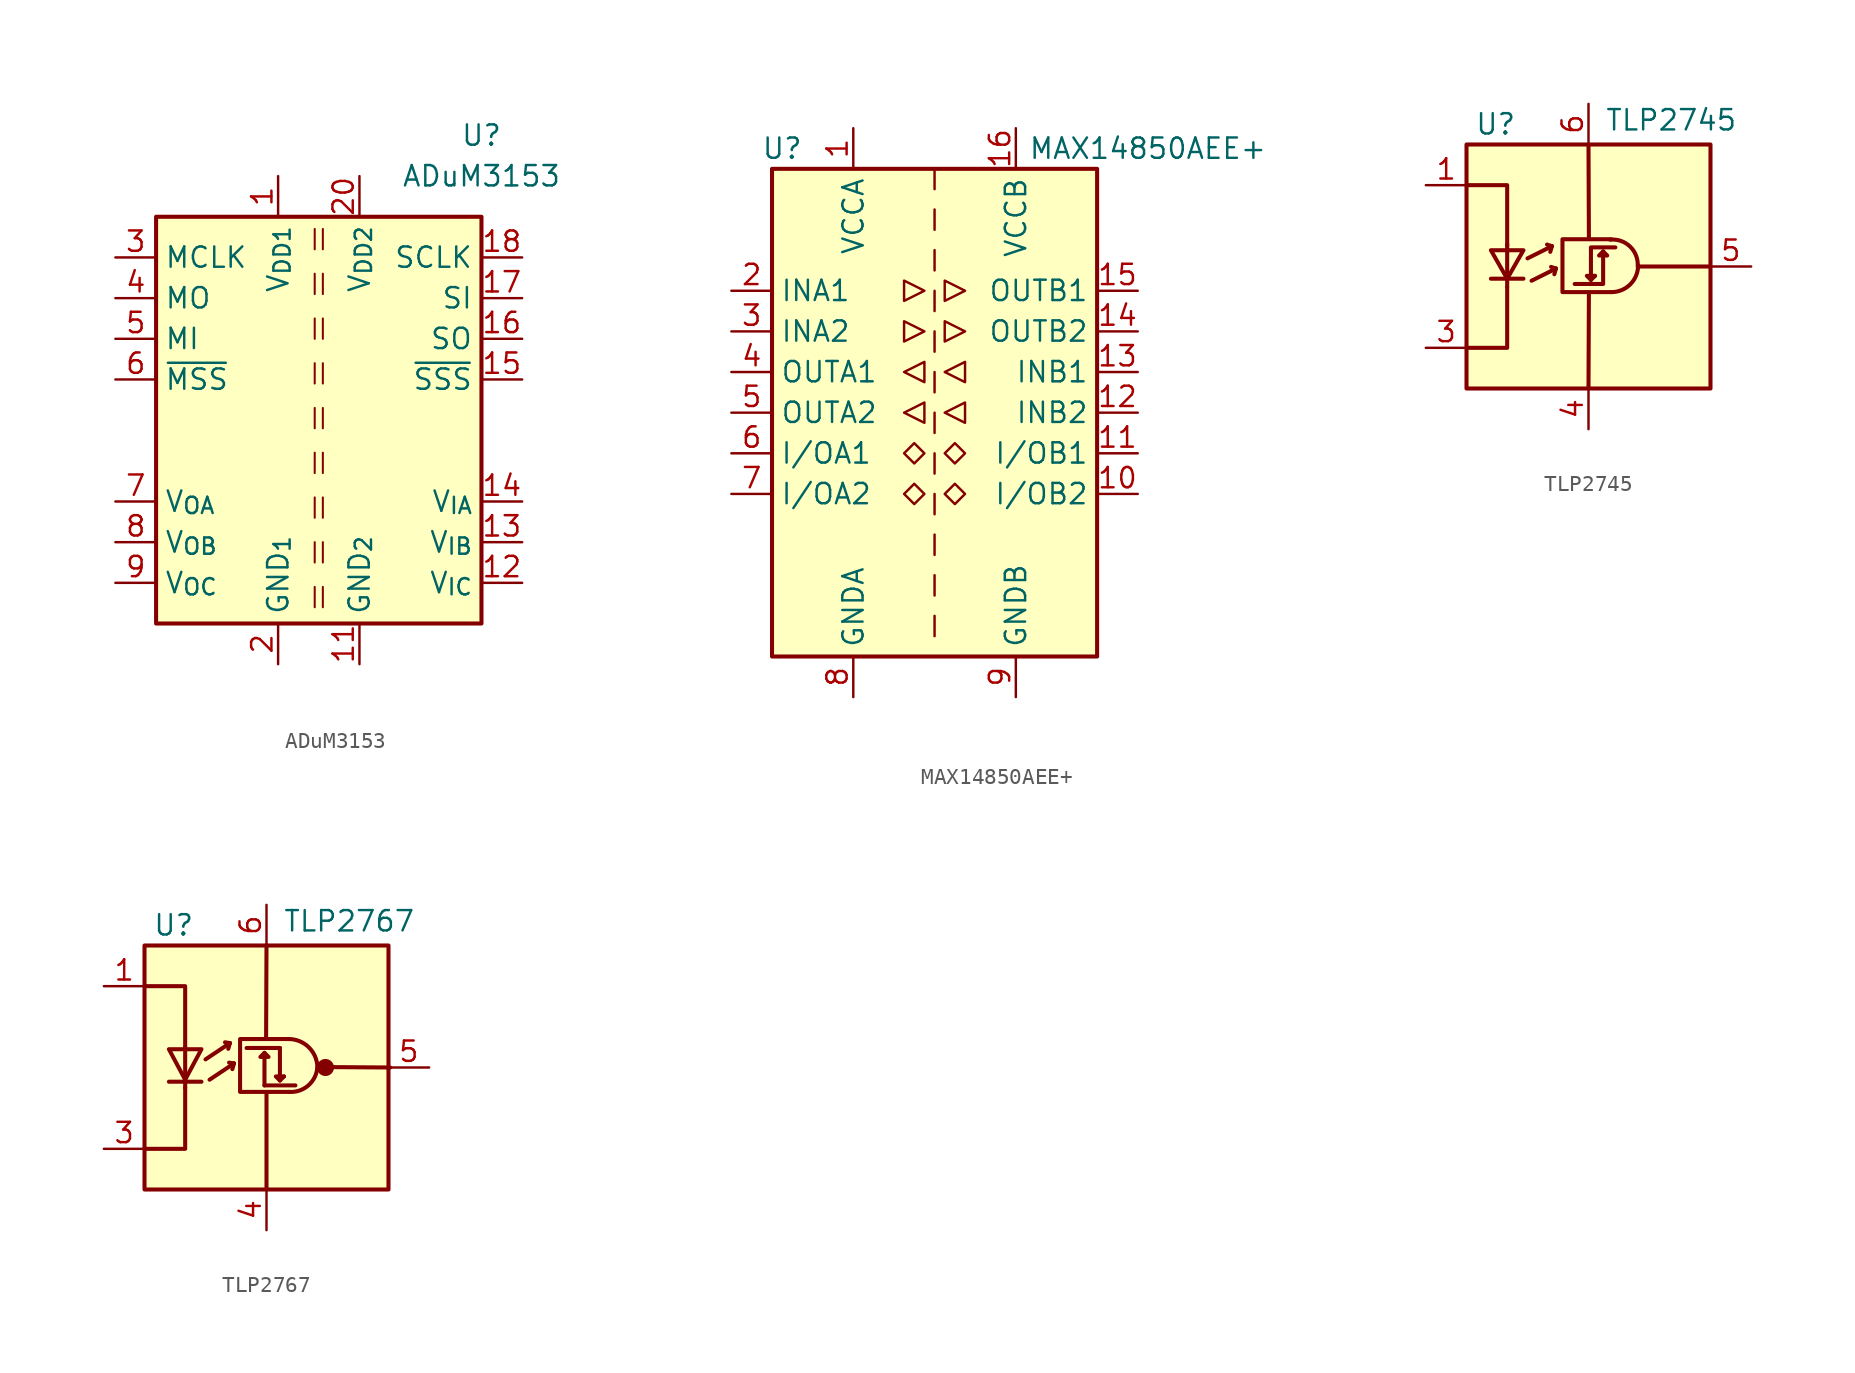
<source format=kicad_sym>
(kicad_symbol_lib
  (version 20211014)
  (generator kicad_symbol_editor)
  (symbol "ADuM3153"
    (property "Reference" "U"
      (at 10.16 17.78 0)
      (effects (font (size 1.27 1.27))))
    (property "Value" "ADuM3153"
      (at 10.16 15.24 0)
      (effects (font (size 1.27 1.27))))
    (symbol "ADuM3153_0_0"
      (rectangle (start -10.16 12.7) (end 10.16 -12.7) (stroke (width 0.254) (type default) (color 0 0 0 0)) (fill (type background))))
    (symbol "ADuM3153_1_1"
      (polyline (pts (xy -0.254 -10.414) (xy -0.254 -11.684)) (stroke (width 0.127) (type default) (color 0 0 0 0)) (fill (type none)))
      (polyline (pts (xy -0.254 -7.62) (xy -0.254 -8.89)) (stroke (width 0.127) (type default) (color 0 0 0 0)) (fill (type none)))
      (polyline (pts (xy -0.254 -4.826) (xy -0.254 -6.096)) (stroke (width 0.127) (type default) (color 0 0 0 0)) (fill (type none)))
      (polyline (pts (xy -0.254 -2.032) (xy -0.254 -3.302)) (stroke (width 0.127) (type default) (color 0 0 0 0)) (fill (type none)))
      (polyline (pts (xy -0.254 0.762) (xy -0.254 -0.508)) (stroke (width 0.127) (type default) (color 0 0 0 0)) (fill (type none)))
      (polyline (pts (xy -0.254 3.556) (xy -0.254 2.286)) (stroke (width 0.127) (type default) (color 0 0 0 0)) (fill (type none)))
      (polyline (pts (xy -0.254 6.35) (xy -0.254 5.08)) (stroke (width 0.127) (type default) (color 0 0 0 0)) (fill (type none)))
      (polyline (pts (xy -0.254 9.144) (xy -0.254 7.874)) (stroke (width 0.127) (type default) (color 0 0 0 0)) (fill (type none)))
      (polyline (pts (xy -0.254 11.938) (xy -0.254 10.668)) (stroke (width 0.127) (type default) (color 0 0 0 0)) (fill (type none)))
      (polyline (pts (xy 0.254 -10.414) (xy 0.254 -11.684)) (stroke (width 0.127) (type default) (color 0 0 0 0)) (fill (type none)))
      (polyline (pts (xy 0.254 -7.62) (xy 0.254 -8.89)) (stroke (width 0.127) (type default) (color 0 0 0 0)) (fill (type none)))
      (polyline (pts (xy 0.254 -4.826) (xy 0.254 -6.096)) (stroke (width 0.127) (type default) (color 0 0 0 0)) (fill (type none)))
      (polyline (pts (xy 0.254 -2.032) (xy 0.254 -3.302)) (stroke (width 0.127) (type default) (color 0 0 0 0)) (fill (type none)))
      (polyline (pts (xy 0.254 0.762) (xy 0.254 -0.508)) (stroke (width 0.127) (type default) (color 0 0 0 0)) (fill (type none)))
      (polyline (pts (xy 0.254 3.556) (xy 0.254 2.286)) (stroke (width 0.127) (type default) (color 0 0 0 0)) (fill (type none)))
      (polyline (pts (xy 0.254 6.35) (xy 0.254 5.08)) (stroke (width 0.127) (type default) (color 0 0 0 0)) (fill (type none)))
      (polyline (pts (xy 0.254 9.144) (xy 0.254 7.874)) (stroke (width 0.127) (type default) (color 0 0 0 0)) (fill (type none)))
      (polyline (pts (xy 0.254 11.938) (xy 0.254 10.668)) (stroke (width 0.127) (type default) (color 0 0 0 0)) (fill (type none)))
      (pin power_in line (at -2.54 15.24 270) (length 2.54) (name "V_{DD1}" (effects (font (size 1.27 1.27)))) (number "1" (effects (font (size 1.27 1.27)))))
      (pin passive line (at -2.54 -15.24 90) (length 2.54) hide (name "GND_{1}" (effects (font (size 1.27 1.27)))) (number "10" (effects (font (size 1.27 1.27)))))
      (pin power_in line (at 2.54 -15.24 90) (length 2.54) (name "GND_{2}" (effects (font (size 1.27 1.27)))) (number "11" (effects (font (size 1.27 1.27)))))
      (pin input line (at 12.7 -10.16 180) (length 2.54) (name "V_{IC}" (effects (font (size 1.27 1.27)))) (number "12" (effects (font (size 1.27 1.27)))))
      (pin input line (at 12.7 -7.62 180) (length 2.54) (name "V_{IB}" (effects (font (size 1.27 1.27)))) (number "13" (effects (font (size 1.27 1.27)))))
      (pin input line (at 12.7 -5.08 180) (length 2.54) (name "V_{IA}" (effects (font (size 1.27 1.27)))) (number "14" (effects (font (size 1.27 1.27)))))
      (pin output line (at 12.7 2.54 180) (length 2.54) (name "~{SSS}" (effects (font (size 1.27 1.27)))) (number "15" (effects (font (size 1.27 1.27)))))
      (pin input line (at 12.7 5.08 180) (length 2.54) (name "SO" (effects (font (size 1.27 1.27)))) (number "16" (effects (font (size 1.27 1.27)))))
      (pin output line (at 12.7 7.62 180) (length 2.54) (name "SI" (effects (font (size 1.27 1.27)))) (number "17" (effects (font (size 1.27 1.27)))))
      (pin output line (at 12.7 10.16 180) (length 2.54) (name "SCLK" (effects (font (size 1.27 1.27)))) (number "18" (effects (font (size 1.27 1.27)))))
      (pin passive line (at 2.54 -15.24 90) (length 2.54) hide (name "GND_{2}" (effects (font (size 1.27 1.27)))) (number "19" (effects (font (size 1.27 1.27)))))
      (pin power_in line (at -2.54 -15.24 90) (length 2.54) (name "GND_{1}" (effects (font (size 1.27 1.27)))) (number "2" (effects (font (size 1.27 1.27)))))
      (pin power_in line (at 2.54 15.24 270) (length 2.54) (name "V_{DD2}" (effects (font (size 1.27 1.27)))) (number "20" (effects (font (size 1.27 1.27)))))
      (pin input line (at -12.7 10.16 0) (length 2.54) (name "MCLK" (effects (font (size 1.27 1.27)))) (number "3" (effects (font (size 1.27 1.27)))))
      (pin input line (at -12.7 7.62 0) (length 2.54) (name "MO" (effects (font (size 1.27 1.27)))) (number "4" (effects (font (size 1.27 1.27)))))
      (pin output line (at -12.7 5.08 0) (length 2.54) (name "MI" (effects (font (size 1.27 1.27)))) (number "5" (effects (font (size 1.27 1.27)))))
      (pin input line (at -12.7 2.54 0) (length 2.54) (name "~{MSS}" (effects (font (size 1.27 1.27)))) (number "6" (effects (font (size 1.27 1.27)))))
      (pin output line (at -12.7 -5.08 0) (length 2.54) (name "V_{OA}" (effects (font (size 1.27 1.27)))) (number "7" (effects (font (size 1.27 1.27)))))
      (pin output line (at -12.7 -7.62 0) (length 2.54) (name "V_{OB}" (effects (font (size 1.27 1.27)))) (number "8" (effects (font (size 1.27 1.27)))))
      (pin output line (at -12.7 -10.16 0) (length 2.54) (name "V_{OC}" (effects (font (size 1.27 1.27)))) (number "9" (effects (font (size 1.27 1.27)))))))
  (symbol "MAX14850AEE+"
    (property "Reference" "U"
      (at -9.525 16.51 0)
      (effects (font (size 1.27 1.27))))
    (property "Value" "MAX14850AEE+"
      (at 13.335 16.51 0)
      (effects (font (size 1.27 1.27))))
    (symbol "MAX14850AEE+_0_1"
      (rectangle (start -10.16 15.24) (end 10.16 -15.24) (stroke (width 0.254) (type default) (color 0 0 0 0)) (fill (type background)))
      (polyline (pts (xy 0 -12.7) (xy 0 -13.97)) (stroke (width 0) (type default) (color 0 0 0 0)) (fill (type none)))
      (polyline (pts (xy 0 -10.16) (xy 0 -11.43)) (stroke (width 0) (type default) (color 0 0 0 0)) (fill (type none)))
      (polyline (pts (xy 0 -7.62) (xy 0 -8.89)) (stroke (width 0) (type default) (color 0 0 0 0)) (fill (type none)))
      (polyline (pts (xy 0 -5.08) (xy 0 -6.35)) (stroke (width 0) (type default) (color 0 0 0 0)) (fill (type none)))
      (polyline (pts (xy 0 -2.54) (xy 0 -3.81)) (stroke (width 0) (type default) (color 0 0 0 0)) (fill (type none)))
      (polyline (pts (xy 0 0) (xy 0 -1.27)) (stroke (width 0) (type default) (color 0 0 0 0)) (fill (type none)))
      (polyline (pts (xy 0 2.54) (xy 0 1.27)) (stroke (width 0) (type default) (color 0 0 0 0)) (fill (type none)))
      (polyline (pts (xy 0 5.08) (xy 0 3.81)) (stroke (width 0) (type default) (color 0 0 0 0)) (fill (type none)))
      (polyline (pts (xy 0 7.62) (xy 0 6.35)) (stroke (width 0) (type default) (color 0 0 0 0)) (fill (type none)))
      (polyline (pts (xy 0 10.16) (xy 0 8.89)) (stroke (width 0) (type default) (color 0 0 0 0)) (fill (type none)))
      (polyline (pts (xy 0 12.7) (xy 0 11.43)) (stroke (width 0) (type default) (color 0 0 0 0)) (fill (type none)))
      (polyline (pts (xy 0 15.24) (xy 0 13.97)) (stroke (width 0) (type default) (color 0 0 0 0)) (fill (type none)))
      (polyline (pts (xy -1.905 5.715) (xy -1.905 4.445) (xy -0.635 5.08) (xy -1.905 5.715)) (stroke (width 0) (type default) (color 0 0 0 0)) (fill (type none)))
      (polyline (pts (xy -1.905 8.255) (xy -1.905 6.985) (xy -0.635 7.62) (xy -1.905 8.255)) (stroke (width 0) (type default) (color 0 0 0 0)) (fill (type none)))
      (polyline (pts (xy -0.635 -0.635) (xy -0.635 0.635) (xy -1.905 0) (xy -0.635 -0.635)) (stroke (width 0) (type default) (color 0 0 0 0)) (fill (type none)))
      (polyline (pts (xy -0.635 1.905) (xy -0.635 3.175) (xy -1.905 2.54) (xy -0.635 1.905)) (stroke (width 0) (type default) (color 0 0 0 0)) (fill (type none)))
      (polyline (pts (xy 0.635 5.715) (xy 0.635 4.445) (xy 1.905 5.08) (xy 0.635 5.715)) (stroke (width 0) (type default) (color 0 0 0 0)) (fill (type none)))
      (polyline (pts (xy 0.635 8.255) (xy 0.635 6.985) (xy 1.905 7.62) (xy 0.635 8.255)) (stroke (width 0) (type default) (color 0 0 0 0)) (fill (type none)))
      (polyline (pts (xy 1.905 -0.635) (xy 1.905 0.635) (xy 0.635 0) (xy 1.905 -0.635)) (stroke (width 0) (type default) (color 0 0 0 0)) (fill (type none)))
      (polyline (pts (xy 1.905 1.905) (xy 1.905 3.175) (xy 0.635 2.54) (xy 1.905 1.905)) (stroke (width 0) (type default) (color 0 0 0 0)) (fill (type none)))
      (polyline (pts (xy -1.27 -4.445) (xy -1.905 -5.08) (xy -1.27 -5.715) (xy -0.635 -5.08) (xy -1.27 -4.445)) (stroke (width 0) (type default) (color 0 0 0 0)) (fill (type none)))
      (polyline (pts (xy -1.27 -1.905) (xy -1.905 -2.54) (xy -1.27 -3.175) (xy -0.635 -2.54) (xy -1.27 -1.905)) (stroke (width 0) (type default) (color 0 0 0 0)) (fill (type none)))
      (polyline (pts (xy 1.27 -4.445) (xy 0.635 -5.08) (xy 1.27 -5.715) (xy 1.905 -5.08) (xy 1.27 -4.445)) (stroke (width 0) (type default) (color 0 0 0 0)) (fill (type none)))
      (polyline (pts (xy 1.27 -1.905) (xy 0.635 -2.54) (xy 1.27 -3.175) (xy 1.905 -2.54) (xy 1.27 -1.905)) (stroke (width 0) (type default) (color 0 0 0 0)) (fill (type none))))
    (symbol "MAX14850AEE+_1_1"
      (pin power_in line (at -5.08 17.78 270) (length 2.54) (name "VCCA" (effects (font (size 1.27 1.27)))) (number "1" (effects (font (size 1.27 1.27)))))
      (pin bidirectional line (at 12.7 -5.08 180) (length 2.54) (name "I/OB2" (effects (font (size 1.27 1.27)))) (number "10" (effects (font (size 1.27 1.27)))))
      (pin bidirectional line (at 12.7 -2.54 180) (length 2.54) (name "I/OB1" (effects (font (size 1.27 1.27)))) (number "11" (effects (font (size 1.27 1.27)))))
      (pin input line (at 12.7 0 180) (length 2.54) (name "INB2" (effects (font (size 1.27 1.27)))) (number "12" (effects (font (size 1.27 1.27)))))
      (pin input line (at 12.7 2.54 180) (length 2.54) (name "INB1" (effects (font (size 1.27 1.27)))) (number "13" (effects (font (size 1.27 1.27)))))
      (pin output line (at 12.7 5.08 180) (length 2.54) (name "OUTB2" (effects (font (size 1.27 1.27)))) (number "14" (effects (font (size 1.27 1.27)))))
      (pin output line (at 12.7 7.62 180) (length 2.54) (name "OUTB1" (effects (font (size 1.27 1.27)))) (number "15" (effects (font (size 1.27 1.27)))))
      (pin power_in line (at 5.08 17.78 270) (length 2.54) (name "VCCB" (effects (font (size 1.27 1.27)))) (number "16" (effects (font (size 1.27 1.27)))))
      (pin input line (at -12.7 7.62 0) (length 2.54) (name "INA1" (effects (font (size 1.27 1.27)))) (number "2" (effects (font (size 1.27 1.27)))))
      (pin input line (at -12.7 5.08 0) (length 2.54) (name "INA2" (effects (font (size 1.27 1.27)))) (number "3" (effects (font (size 1.27 1.27)))))
      (pin output line (at -12.7 2.54 0) (length 2.54) (name "OUTA1" (effects (font (size 1.27 1.27)))) (number "4" (effects (font (size 1.27 1.27)))))
      (pin output line (at -12.7 0 0) (length 2.54) (name "OUTA2" (effects (font (size 1.27 1.27)))) (number "5" (effects (font (size 1.27 1.27)))))
      (pin bidirectional line (at -12.7 -2.54 0) (length 2.54) (name "I/OA1" (effects (font (size 1.27 1.27)))) (number "6" (effects (font (size 1.27 1.27)))))
      (pin bidirectional line (at -12.7 -5.08 0) (length 2.54) (name "I/OA2" (effects (font (size 1.27 1.27)))) (number "7" (effects (font (size 1.27 1.27)))))
      (pin power_in line (at -5.08 -17.78 90) (length 2.54) (name "GNDA" (effects (font (size 1.27 1.27)))) (number "8" (effects (font (size 1.27 1.27)))))
      (pin power_in line (at 5.08 -17.78 90) (length 2.54) (name "GNDB" (effects (font (size 1.27 1.27)))) (number "9" (effects (font (size 1.27 1.27)))))))
  (symbol "TLP2745"
    (pin_names
      (offset 1.016) hide)
    (property "Reference" "U"
      (at -7.112 8.89 0)
      (effects (font (size 1.27 1.27)) (justify left)))
    (property "Value" "TLP2745"
      (at 1.016 9.144 0)
      (effects (font (size 1.27 1.27)) (justify left)))
    (symbol "TLP2745_0_1"
      (rectangle (start -7.62 7.62) (end 7.62 -7.62) (stroke (width 0.254) (type default) (color 0 0 0 0)) (fill (type background)))
      (polyline (pts (xy -6.096 -0.762) (xy -4.064 -0.762)) (stroke (width 0.254) (type default) (color 0 0 0 0)) (fill (type none)))
      (polyline (pts (xy -5.08 -0.762) (xy -5.08 -1.27)) (stroke (width 0.254) (type default) (color 0 0 0 0)) (fill (type none)))
      (polyline (pts (xy -5.08 1.016) (xy -5.08 -0.762)) (stroke (width 0.254) (type default) (color 0 0 0 0)) (fill (type none)))
      (polyline (pts (xy -5.08 1.016) (xy -5.08 1.397)) (stroke (width 0.254) (type default) (color 0 0 0 0)) (fill (type none)))
      (polyline (pts (xy -3.81 0.508) (xy -2.286 1.27)) (stroke (width 0.254) (type default) (color 0 0 0 0)) (fill (type none)))
      (polyline (pts (xy -3.556 -0.889) (xy -2.032 -0.127)) (stroke (width 0.254) (type default) (color 0 0 0 0)) (fill (type none)))
      (polyline (pts (xy -2.286 1.27) (xy -2.591 1.372)) (stroke (width 0.254) (type default) (color 0 0 0 0)) (fill (type none)))
      (polyline (pts (xy -2.286 1.27) (xy -2.388 0.914)) (stroke (width 0.254) (type default) (color 0 0 0 0)) (fill (type none)))
      (polyline (pts (xy -2.032 -0.127) (xy -2.337 -0.025)) (stroke (width 0.254) (type default) (color 0 0 0 0)) (fill (type none)))
      (polyline (pts (xy -2.032 -0.127) (xy -2.134 -0.483)) (stroke (width 0.254) (type default) (color 0 0 0 0)) (fill (type none)))
      (polyline (pts (xy 0 -7.62) (xy 0.025 -1.651)) (stroke (width 0.254) (type default) (color 0 0 0 0)) (fill (type none)))
      (polyline (pts (xy 0 7.595) (xy 0.025 1.778)) (stroke (width 0.254) (type default) (color 0 0 0 0)) (fill (type none)))
      (polyline (pts (xy 7.595 0) (xy 3.15 0)) (stroke (width 0.254) (type default) (color 0 0 0 0)) (fill (type none)))
      (polyline (pts (xy -7.62 -5.08) (xy -5.08 -5.08) (xy -5.08 -1.27)) (stroke (width 0.254) (type default) (color 0 0 0 0)) (fill (type none)))
      (polyline (pts (xy -5.08 1.27) (xy -5.08 5.08) (xy -7.62 5.08)) (stroke (width 0.254) (type default) (color 0 0 0 0)) (fill (type none)))
      (polyline (pts (xy 0.152 -0.838) (xy -0.102 -0.584) (xy 0.406 -0.584)) (stroke (width 0.254) (type default) (color 0 0 0 0)) (fill (type none)))
      (polyline (pts (xy 0.914 0.94) (xy 0.914 -1.092) (xy -0.864 -1.092)) (stroke (width 0.254) (type default) (color 0 0 0 0)) (fill (type none)))
      (polyline (pts (xy -6.096 1.016) (xy -4.064 1.016) (xy -5.08 -0.762) (xy -6.096 1.016)) (stroke (width 0.254) (type default) (color 0 0 0 0)) (fill (type none)))
      (polyline (pts (xy 0.914 0.94) (xy 0.66 0.686) (xy 1.168 0.686) (xy 0.914 0.94)) (stroke (width 0.254) (type default) (color 0 0 0 0)) (fill (type none)))
      (polyline (pts (xy 1.422 1.702) (xy -1.626 1.702) (xy -1.626 -1.6) (xy 1.422 -1.6)) (stroke (width 0.254) (type default) (color 0 0 0 0)) (fill (type none)))
      (polyline (pts (xy 1.676 1.194) (xy 0.152 1.194) (xy 0.152 -0.838) (xy 0.406 -0.584)) (stroke (width 0.254) (type default) (color 0 0 0 0)) (fill (type none)))
      (arc (start 1.4224 -1.6002) (mid 2.6101 -1.1115) (end 3.0988 0.0762) (stroke (width 0.254) (type default) (color 0 0 0 0)) (fill (type none)))
      (arc (start 3.0734 0) (mid 2.6011 1.2413) (end 1.3462 1.6764) (stroke (width 0.254) (type default) (color 0 0 0 0)) (fill (type none))))
    (symbol "TLP2745_1_1"
      (pin passive line (at -10.16 5.08 0) (length 2.54) (name "A" (effects (font (size 1.27 1.27)))) (number "1" (effects (font (size 1.27 1.27)))))
      (pin no_connect line (at -7.62 0 0) (length 2.54) hide (name "NC" (effects (font (size 1.27 1.27)))) (number "2" (effects (font (size 1.27 1.27)))))
      (pin passive line (at -10.16 -5.08 0) (length 2.54) (name "K" (effects (font (size 1.27 1.27)))) (number "3" (effects (font (size 1.27 1.27)))))
      (pin power_in line (at 0 -10.16 90) (length 2.54) (name "GND" (effects (font (size 1.27 1.27)))) (number "4" (effects (font (size 1.27 1.27)))))
      (pin output line (at 10.16 0 180) (length 2.54) (name "VO" (effects (font (size 1.27 1.27)))) (number "5" (effects (font (size 1.27 1.27)))))
      (pin power_in line (at 0 10.16 270) (length 2.54) (name "VDD" (effects (font (size 1.27 1.27)))) (number "6" (effects (font (size 1.27 1.27)))))))
  (symbol "TLP2767"
    (pin_names
      (offset 1.016) hide)
    (property "Reference" "U"
      (at -7.112 8.89 0)
      (effects (font (size 1.27 1.27)) (justify left)))
    (property "Value" "TLP2767"
      (at 1.016 9.144 0)
      (effects (font (size 1.27 1.27)) (justify left)))
    (symbol "TLP2767_0_1"
      (rectangle (start -7.62 7.62) (end 7.62 -7.62) (stroke (width 0.254) (type default) (color 0 0 0 0)) (fill (type background)))
      (polyline (pts (xy -6.096 -0.889) (xy -4.064 -0.889)) (stroke (width 0.254) (type default) (color 0 0 0 0)) (fill (type none)))
      (polyline (pts (xy -5.08 -1.27) (xy -5.08 -0.762)) (stroke (width 0.254) (type default) (color 0 0 0 0)) (fill (type none)))
      (polyline (pts (xy -5.08 1.27) (xy -5.08 -0.762)) (stroke (width 0.254) (type default) (color 0 0 0 0)) (fill (type none)))
      (polyline (pts (xy -3.81 0.508) (xy -2.286 1.524)) (stroke (width 0.254) (type default) (color 0 0 0 0)) (fill (type none)))
      (polyline (pts (xy -3.556 -0.762) (xy -2.032 0.254)) (stroke (width 0.254) (type default) (color 0 0 0 0)) (fill (type none)))
      (polyline (pts (xy -2.286 1.524) (xy -2.591 1.575)) (stroke (width 0.254) (type default) (color 0 0 0 0)) (fill (type none)))
      (polyline (pts (xy -2.286 1.524) (xy -2.388 1.168)) (stroke (width 0.254) (type default) (color 0 0 0 0)) (fill (type none)))
      (polyline (pts (xy -2.032 0.254) (xy -2.337 0.305)) (stroke (width 0.254) (type default) (color 0 0 0 0)) (fill (type none)))
      (polyline (pts (xy -2.032 0.254) (xy -2.134 -0.102)) (stroke (width 0.254) (type default) (color 0 0 0 0)) (fill (type none)))
      (polyline (pts (xy -0.127 -1.118) (xy 1.803 -1.118)) (stroke (width 0.254) (type default) (color 0 0 0 0)) (fill (type none)))
      (polyline (pts (xy -0.127 0.914) (xy -0.127 -1.118)) (stroke (width 0.254) (type default) (color 0 0 0 0)) (fill (type none)))
      (polyline (pts (xy 0 -7.595) (xy 0 -1.575)) (stroke (width 0.254) (type default) (color 0 0 0 0)) (fill (type none)))
      (polyline (pts (xy 0 7.645) (xy -0.025 1.829)) (stroke (width 0.254) (type default) (color 0 0 0 0)) (fill (type none)))
      (polyline (pts (xy 0.838 1.219) (xy -1.245 1.219)) (stroke (width 0.254) (type default) (color 0 0 0 0)) (fill (type none)))
      (polyline (pts (xy 4.064 0.025) (xy 7.722 0)) (stroke (width 0.254) (type default) (color 0 0 0 0)) (fill (type none)))
      (polyline (pts (xy -7.62 -5.08) (xy -5.08 -5.08) (xy -5.08 -1.27)) (stroke (width 0.254) (type default) (color 0 0 0 0)) (fill (type none)))
      (polyline (pts (xy -5.08 1.27) (xy -5.08 5.08) (xy -7.62 5.08)) (stroke (width 0.254) (type default) (color 0 0 0 0)) (fill (type none)))
      (polyline (pts (xy 0.838 -0.813) (xy 0.584 -0.559) (xy 1.092 -0.559)) (stroke (width 0.254) (type default) (color 0 0 0 0)) (fill (type none)))
      (polyline (pts (xy 0.838 1.219) (xy 0.838 -0.813) (xy 1.092 -0.559)) (stroke (width 0.254) (type default) (color 0 0 0 0)) (fill (type none)))
      (polyline (pts (xy -6.096 1.143) (xy -4.064 1.143) (xy -5.08 -0.762) (xy -6.096 1.143)) (stroke (width 0.254) (type default) (color 0 0 0 0)) (fill (type none)))
      (polyline (pts (xy -0.127 0.914) (xy -0.381 0.66) (xy 0.127 0.66) (xy -0.127 0.914)) (stroke (width 0.254) (type default) (color 0 0 0 0)) (fill (type none)))
      (polyline (pts (xy 1.397 1.778) (xy -1.651 1.778) (xy -1.651 -1.524) (xy 1.397 -1.524)) (stroke (width 0.254) (type default) (color 0 0 0 0)) (fill (type none)))
      (arc (start 1.397 -1.524) (mid 2.6016 -1.1302) (end 3.175 0) (stroke (width 0.254) (type default) (color 0 0 0 0)) (fill (type none)))
      (arc (start 3.175 0) (mid 2.6489 1.2519) (end 1.397 1.778) (stroke (width 0.254) (type default) (color 0 0 0 0)) (fill (type none)))
      (circle (center 3.683 0) (radius 0.457) (stroke (width 0) (type default) (color 0 0 0 0)) (fill (type outline))))
    (symbol "TLP2767_1_1"
      (pin passive line (at -10.16 5.08 0) (length 2.54) (name "A" (effects (font (size 1.27 1.27)))) (number "1" (effects (font (size 1.27 1.27)))))
      (pin no_connect line (at -7.62 0 0) (length 2.54) hide (name "NC" (effects (font (size 1.27 1.27)))) (number "2" (effects (font (size 1.27 1.27)))))
      (pin passive line (at -10.16 -5.08 0) (length 2.54) (name "K" (effects (font (size 1.27 1.27)))) (number "3" (effects (font (size 1.27 1.27)))))
      (pin power_in line (at 0 -10.16 90) (length 2.54) (name "GND" (effects (font (size 1.27 1.27)))) (number "4" (effects (font (size 1.27 1.27)))))
      (pin output line (at 10.16 0 180) (length 2.54) (name "VO" (effects (font (size 1.27 1.27)))) (number "5" (effects (font (size 1.27 1.27)))))
      (pin power_in line (at 0 10.16 270) (length 2.54) (name "VDD" (effects (font (size 1.27 1.27)))) (number "6" (effects (font (size 1.27 1.27))))))))
</source>
